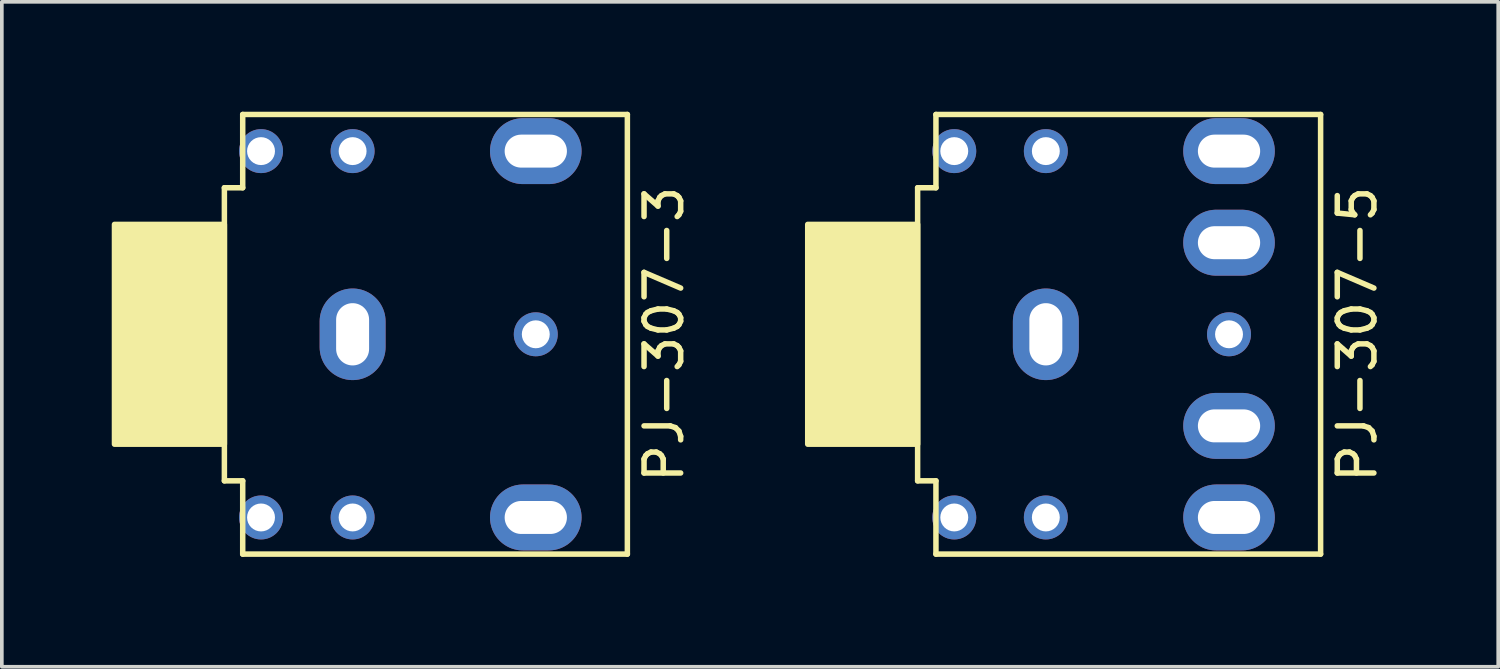
<source format=kicad_pcb>
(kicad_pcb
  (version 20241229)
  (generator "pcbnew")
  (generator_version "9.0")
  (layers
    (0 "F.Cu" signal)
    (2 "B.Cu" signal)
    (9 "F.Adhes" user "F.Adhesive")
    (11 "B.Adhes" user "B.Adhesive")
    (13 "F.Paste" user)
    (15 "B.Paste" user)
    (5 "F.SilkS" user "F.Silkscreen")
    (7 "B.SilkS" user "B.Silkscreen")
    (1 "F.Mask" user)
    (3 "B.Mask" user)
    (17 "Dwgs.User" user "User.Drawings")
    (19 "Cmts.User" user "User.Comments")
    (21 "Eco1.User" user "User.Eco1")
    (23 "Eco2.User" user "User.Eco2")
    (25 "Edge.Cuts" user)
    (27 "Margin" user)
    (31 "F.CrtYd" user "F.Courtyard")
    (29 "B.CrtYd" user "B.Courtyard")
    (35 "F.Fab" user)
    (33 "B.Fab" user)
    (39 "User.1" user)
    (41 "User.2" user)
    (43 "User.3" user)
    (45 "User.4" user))
  (footprint "PJ-307-5"
    (layer "F.Cu")
    (at 28.498 6.075)
    (property "Reference" "PJ-307-5" (at 5.5 0 270) (layer "F.SilkS") (effects (font (size 1 1) (thickness 0.15))))
    (attr through_hole)
    (fp_line (start -6.5 4) (end -6.5 -4) (stroke (width 0.15) (type solid)) (layer "F.SilkS"))
    (fp_line (start -6 -6) (end -6 -4) (stroke (width 0.15) (type solid)) (layer "F.SilkS"))
    (fp_line (start -6 -6) (end 4.5 -6) (stroke (width 0.15) (type solid)) (layer "F.SilkS"))
    (fp_line (start -6 -4) (end -6.5 -4) (stroke (width 0.15) (type solid)) (layer "F.SilkS"))
    (fp_line (start -6 4) (end -6.5 4) (stroke (width 0.15) (type solid)) (layer "F.SilkS"))
    (fp_line (start -6 6) (end -6 4) (stroke (width 0.15) (type solid)) (layer "F.SilkS"))
    (fp_line (start 4.5 -6) (end 4.5 6) (stroke (width 0.15) (type solid)) (layer "F.SilkS"))
    (fp_line (start 4.5 6) (end -6 6) (stroke (width 0.15) (type solid)) (layer "F.SilkS"))
    (fp_poly (pts (xy -6.5 -3) (xy -6.5 3) (xy -9.5 3) (xy -9.5 -3)) (stroke (width 0.15) (type solid)) (fill yes) (layer "F.SilkS"))
    (pad "" np_thru_hole circle (at -5.5 -5) (size 1.2 1.2) (drill 0.762) (layers "*.Cu" "*.Mask"))
    (pad "" np_thru_hole circle (at -5.5 5) (size 1.2 1.2) (drill 0.762) (layers "*.Cu" "*.Mask"))
    (pad "" np_thru_hole circle (at -3 -5) (size 1.2 1.2) (drill 0.762) (layers "*.Cu" "*.Mask"))
    (pad "" np_thru_hole circle (at -3 5) (size 1.2 1.2) (drill 0.762) (layers "*.Cu" "*.Mask"))
    (pad "" np_thru_hole circle (at 2 0) (size 1.2 1.2) (drill 0.762) (layers "*.Cu" "*.Mask"))
    (pad "R" thru_hole oval (at 2 -5) (size 2.5 1.8) (drill oval 1.7 0.9) (layers "*.Cu" "*.Mask"))
    (pad "RN" thru_hole oval (at 2 -2.5) (size 2.5 1.8) (drill oval 1.7 0.9) (layers "*.Cu" "*.Mask"))
    (pad "S" thru_hole oval (at -3 0 90) (size 2.5 1.8) (drill oval 1.7 0.9) (layers "*.Cu" "*.Mask"))
    (pad "T" thru_hole oval (at 2 5) (size 2.5 1.8) (drill oval 1.7 0.9) (layers "*.Cu" "*.Mask"))
    (pad "TN" thru_hole oval (at 2 2.5) (size 2.5 1.8) (drill oval 1.7 0.9) (layers "*.Cu" "*.Mask")))
  (footprint "PJ-307-3"
    (layer "F.Cu")
    (at 9.575 6.075)
    (property "Reference" "PJ-307-3" (at 5.5 0 270) (layer "F.SilkS") (effects (font (size 1 1) (thickness 0.15))))
    (attr through_hole)
    (fp_line (start -6.5 4) (end -6.5 -4) (stroke (width 0.15) (type solid)) (layer "F.SilkS"))
    (fp_line (start -6 -6) (end -6 -4) (stroke (width 0.15) (type solid)) (layer "F.SilkS"))
    (fp_line (start -6 -6) (end 4.5 -6) (stroke (width 0.15) (type solid)) (layer "F.SilkS"))
    (fp_line (start -6 -4) (end -6.5 -4) (stroke (width 0.15) (type solid)) (layer "F.SilkS"))
    (fp_line (start -6 4) (end -6.5 4) (stroke (width 0.15) (type solid)) (layer "F.SilkS"))
    (fp_line (start -6 6) (end -6 4) (stroke (width 0.15) (type solid)) (layer "F.SilkS"))
    (fp_line (start 4.5 -6) (end 4.5 6) (stroke (width 0.15) (type solid)) (layer "F.SilkS"))
    (fp_line (start 4.5 6) (end -6 6) (stroke (width 0.15) (type solid)) (layer "F.SilkS"))
    (fp_poly (pts (xy -6.5 -3) (xy -6.5 3) (xy -9.5 3) (xy -9.5 -3)) (stroke (width 0.15) (type solid)) (fill yes) (layer "F.SilkS"))
    (pad "" np_thru_hole circle (at -5.5 -5) (size 1.2 1.2) (drill 0.762) (layers "*.Cu" "*.Mask"))
    (pad "" np_thru_hole circle (at -5.5 5) (size 1.2 1.2) (drill 0.762) (layers "*.Cu" "*.Mask"))
    (pad "" np_thru_hole circle (at -3 -5) (size 1.2 1.2) (drill 0.762) (layers "*.Cu" "*.Mask"))
    (pad "" np_thru_hole circle (at -3 5) (size 1.2 1.2) (drill 0.762) (layers "*.Cu" "*.Mask"))
    (pad "" np_thru_hole circle (at 2 0) (size 1.2 1.2) (drill 0.762) (layers "*.Cu" "*.Mask"))
    (pad "R" thru_hole oval (at 2 -5) (size 2.5 1.8) (drill oval 1.7 0.9) (layers "*.Cu" "*.Mask"))
    (pad "S" thru_hole oval (at -3 0 90) (size 2.5 1.8) (drill oval 1.7 0.9) (layers "*.Cu" "*.Mask"))
    (pad "T" thru_hole oval (at 2 5) (size 2.5 1.8) (drill oval 1.7 0.9) (layers "*.Cu" "*.Mask")))
  (gr_rect
    (start -3 -3)
    (end 37.846 15.15)
    (stroke (width 0.1) (type default))
    (fill no)
    (layer "Edge.Cuts")))
</source>
